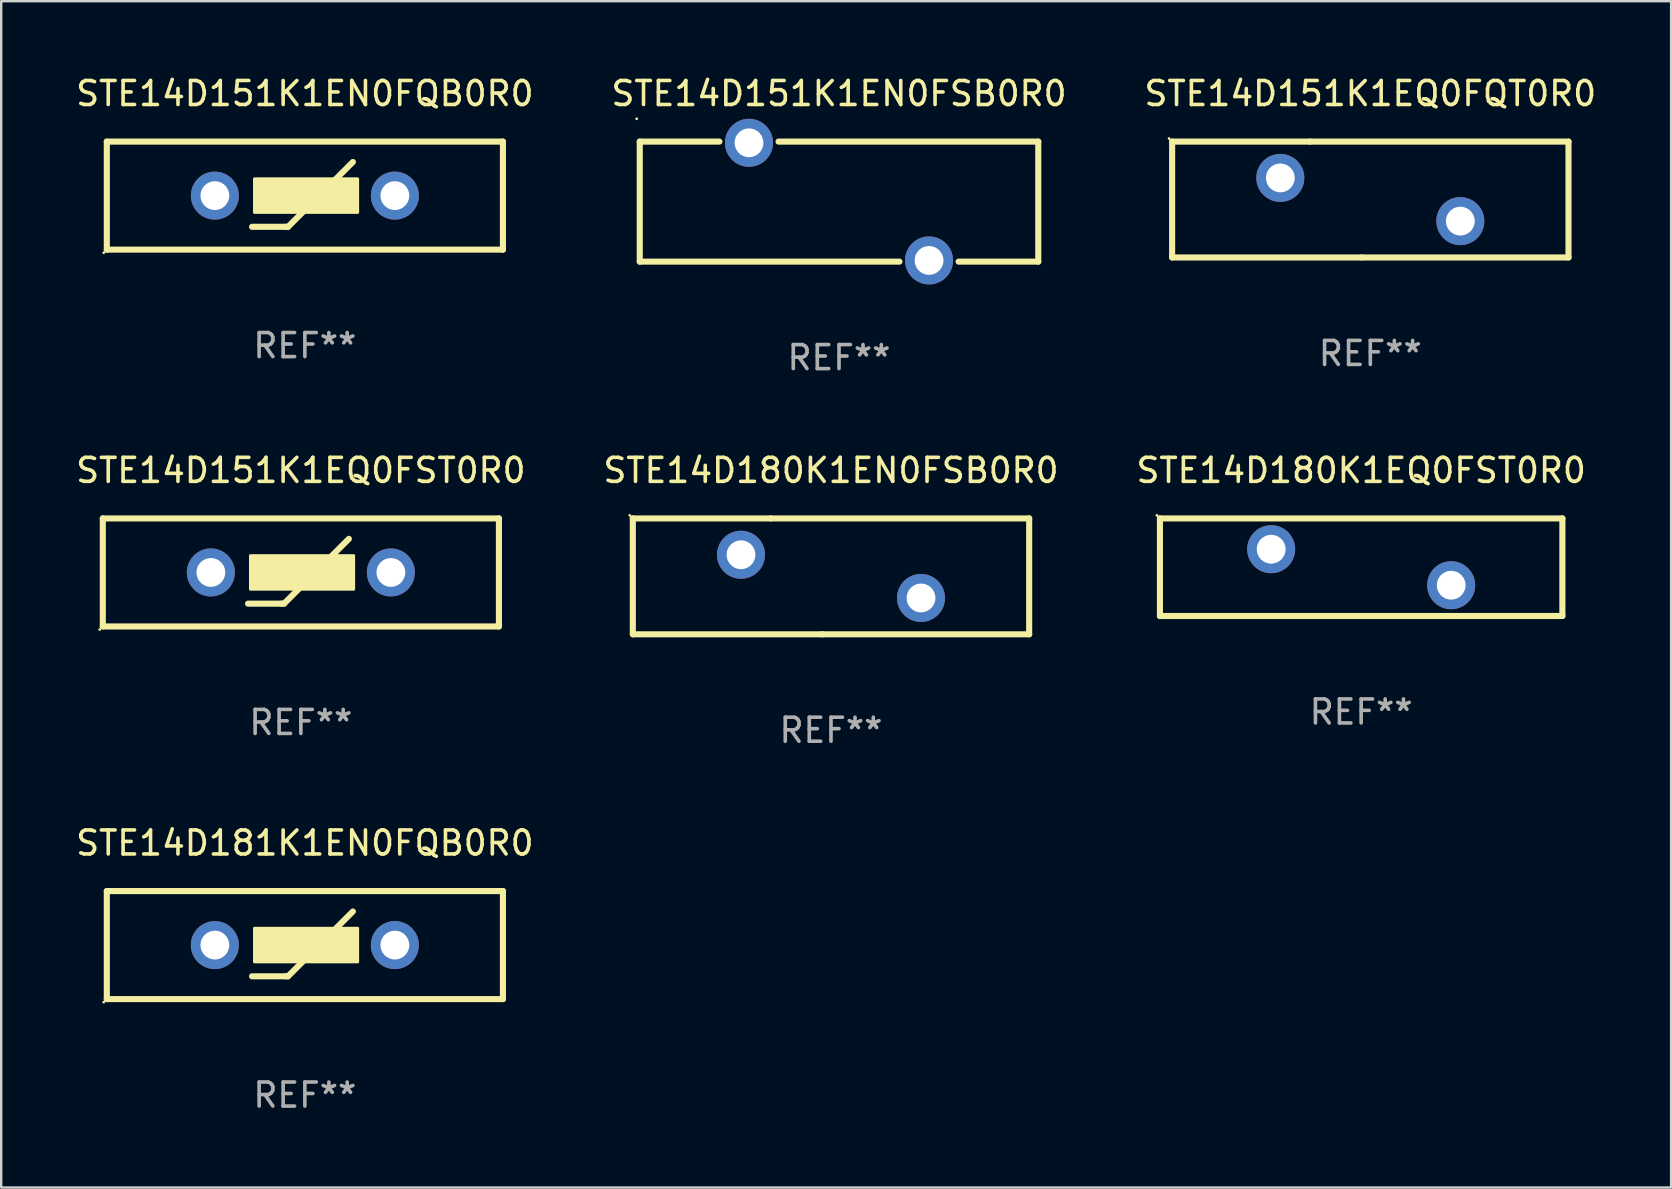
<source format=kicad_pcb>
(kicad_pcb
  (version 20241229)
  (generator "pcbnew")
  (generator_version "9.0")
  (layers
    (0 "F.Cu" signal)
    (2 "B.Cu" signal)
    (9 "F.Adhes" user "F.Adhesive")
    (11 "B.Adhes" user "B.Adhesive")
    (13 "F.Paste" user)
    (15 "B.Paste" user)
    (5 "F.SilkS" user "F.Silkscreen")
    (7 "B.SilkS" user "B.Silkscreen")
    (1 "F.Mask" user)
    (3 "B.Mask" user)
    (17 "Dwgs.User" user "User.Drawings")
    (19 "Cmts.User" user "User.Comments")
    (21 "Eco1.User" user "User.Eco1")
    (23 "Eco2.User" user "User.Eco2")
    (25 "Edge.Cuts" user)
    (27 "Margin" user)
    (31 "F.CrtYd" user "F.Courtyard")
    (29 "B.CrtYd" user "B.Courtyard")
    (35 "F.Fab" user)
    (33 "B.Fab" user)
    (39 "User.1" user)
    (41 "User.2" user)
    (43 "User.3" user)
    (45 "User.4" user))
  (footprint "STE14D181K1EN0FQB0R0"
    (layer "F.Cu")
    (at 9.649 36.317)
    (property "Reference" "STE14D181K1EN0FQB0R0" (at 0 -4.25 0) (layer "F.SilkS") (effects (font (size 1 1) (thickness 0.15))))
    (attr through_hole)
    (fp_line (start -8.25 -2.25) (end 8.25 -2.25) (stroke (width 0.254) (type solid)) (layer "F.SilkS"))
    (fp_line (start -8.25 2.25) (end -8.25 -2.25) (stroke (width 0.254) (type solid)) (layer "F.SilkS"))
    (fp_line (start -8.25 2.25) (end 8.25 2.25) (stroke (width 0.254) (type solid)) (layer "F.SilkS"))
    (fp_line (start -2.2 1.3) (end -0.8 1.3) (stroke (width 0.254) (type solid)) (layer "F.SilkS"))
    (fp_line (start -0.8 1.3) (end -0.7 1.3) (stroke (width 0.254) (type solid)) (layer "F.SilkS"))
    (fp_line (start -0.7 1.3) (end 2 -1.4) (stroke (width 0.254) (type solid)) (layer "F.SilkS"))
    (fp_line (start 8.25 -2.25) (end 8.25 2.25) (stroke (width 0.254) (type solid)) (layer "F.SilkS"))
    (fp_circle (center -8.377 2.377) (end -8.347 2.377) (stroke (width 0.06) (type solid)) (fill no) (layer "F.SilkS"))
    (fp_poly (pts (xy -2.1 -0.7) (xy 2.2 -0.7) (xy 2.2 0.7) (xy -2.1 0.7)) (stroke (width 0.12) (type solid)) (fill yes) (layer "F.SilkS"))
    (fp_text user "REF**" (at 0 6.25 0) (layer "F.Fab") (effects (font (size 1 1) (thickness 0.15))))
    (pad "1" thru_hole circle (at -3.749 0) (size 2 2) (drill 1.2) (layers "*.Cu" "*.Mask"))
    (pad "2" thru_hole circle (at 3.749 0) (size 2 2) (drill 1.2) (layers "*.Cu" "*.Mask")))
  (footprint "STE14D151K1EQ0FQT0R0"
    (layer "F.Cu")
    (at 54.03 5.261)
    (property "Reference" "STE14D151K1EQ0FQT0R0" (at 0 -4.413 0) (layer "F.SilkS") (effects (font (size 1 1) (thickness 0.15))))
    (attr through_hole)
    (fp_line (start -8.255 -2.413) (end -2.515 -2.413) (stroke (width 0.254) (type solid)) (layer "F.SilkS"))
    (fp_line (start -8.255 2.413) (end -8.255 -2.413) (stroke (width 0.254) (type solid)) (layer "F.SilkS"))
    (fp_line (start -2.515 -2.413) (end 8.255 -2.413) (stroke (width 0.254) (type solid)) (layer "F.SilkS"))
    (fp_line (start -0.356 2.413) (end -8.255 2.413) (stroke (width 0.254) (type solid)) (layer "F.SilkS"))
    (fp_line (start 8.255 -2.413) (end 8.255 2.413) (stroke (width 0.254) (type solid)) (layer "F.SilkS"))
    (fp_line (start 8.255 2.413) (end -0.356 2.413) (stroke (width 0.254) (type solid)) (layer "F.SilkS"))
    (fp_circle (center -8.382 -2.54) (end -8.352 -2.54) (stroke (width 0.06) (type solid)) (fill no) (layer "F.SilkS"))
    (fp_text user "REF**" (at 0 6.413 0) (layer "F.Fab") (effects (font (size 1 1) (thickness 0.15))))
    (pad "1" thru_hole circle (at -3.749 -0.9) (size 2 2) (drill 1.2) (layers "*.Cu" "*.Mask"))
    (pad "2" thru_hole circle (at 3.749 0.9) (size 2 2) (drill 1.2) (layers "*.Cu" "*.Mask")))
  (footprint "STE14D180K1EN0FSB0R0"
    (layer "F.Cu")
    (at 31.565 20.958)
    (property "Reference" "STE14D180K1EN0FSB0R0" (at 0 -4.413 0) (layer "F.SilkS") (effects (font (size 1 1) (thickness 0.15))))
    (attr through_hole)
    (fp_line (start -8.255 -2.413) (end -2.515 -2.413) (stroke (width 0.254) (type solid)) (layer "F.SilkS"))
    (fp_line (start -8.255 2.413) (end -8.255 -2.413) (stroke (width 0.254) (type solid)) (layer "F.SilkS"))
    (fp_line (start -2.515 -2.413) (end 8.255 -2.413) (stroke (width 0.254) (type solid)) (layer "F.SilkS"))
    (fp_line (start -0.356 2.413) (end -8.255 2.413) (stroke (width 0.254) (type solid)) (layer "F.SilkS"))
    (fp_line (start 8.255 -2.413) (end 8.255 2.413) (stroke (width 0.254) (type solid)) (layer "F.SilkS"))
    (fp_line (start 8.255 2.413) (end -0.356 2.413) (stroke (width 0.254) (type solid)) (layer "F.SilkS"))
    (fp_circle (center -8.382 -2.54) (end -8.352 -2.54) (stroke (width 0.06) (type solid)) (fill no) (layer "F.SilkS"))
    (fp_text user "REF**" (at 0 6.413 0) (layer "F.Fab") (effects (font (size 1 1) (thickness 0.15))))
    (pad "1" thru_hole circle (at -3.749 -0.9) (size 2 2) (drill 1.2) (layers "*.Cu" "*.Mask"))
    (pad "2" thru_hole circle (at 3.749 0.9) (size 2 2) (drill 1.2) (layers "*.Cu" "*.Mask")))
  (footprint "STE14D151K1EN0FQB0R0"
    (layer "F.Cu")
    (at 9.649 5.098)
    (property "Reference" "STE14D151K1EN0FQB0R0" (at 0 -4.25 0) (layer "F.SilkS") (effects (font (size 1 1) (thickness 0.15))))
    (attr through_hole)
    (fp_line (start -8.25 -2.25) (end 8.25 -2.25) (stroke (width 0.254) (type solid)) (layer "F.SilkS"))
    (fp_line (start -8.25 2.25) (end -8.25 -2.25) (stroke (width 0.254) (type solid)) (layer "F.SilkS"))
    (fp_line (start -8.25 2.25) (end 8.25 2.25) (stroke (width 0.254) (type solid)) (layer "F.SilkS"))
    (fp_line (start -2.2 1.3) (end -0.8 1.3) (stroke (width 0.254) (type solid)) (layer "F.SilkS"))
    (fp_line (start -0.8 1.3) (end -0.7 1.3) (stroke (width 0.254) (type solid)) (layer "F.SilkS"))
    (fp_line (start -0.7 1.3) (end 2 -1.4) (stroke (width 0.254) (type solid)) (layer "F.SilkS"))
    (fp_line (start 8.25 -2.25) (end 8.25 2.25) (stroke (width 0.254) (type solid)) (layer "F.SilkS"))
    (fp_circle (center -8.377 2.377) (end -8.347 2.377) (stroke (width 0.06) (type solid)) (fill no) (layer "F.SilkS"))
    (fp_poly (pts (xy -2.1 -0.7) (xy 2.2 -0.7) (xy 2.2 0.7) (xy -2.1 0.7)) (stroke (width 0.12) (type solid)) (fill yes) (layer "F.SilkS"))
    (fp_text user "REF**" (at 0 6.25 0) (layer "F.Fab") (effects (font (size 1 1) (thickness 0.15))))
    (pad "1" thru_hole circle (at -3.749 0) (size 2 2) (drill 1.2) (layers "*.Cu" "*.Mask"))
    (pad "2" thru_hole circle (at 3.749 0) (size 2 2) (drill 1.2) (layers "*.Cu" "*.Mask")))
  (footprint "STE14D180K1EQ0FST0R0"
    (layer "F.Cu")
    (at 53.649 20.577)
    (property "Reference" "STE14D180K1EQ0FST0R0" (at 0 -4.032 0) (layer "F.SilkS") (effects (font (size 1 1) (thickness 0.15))))
    (attr through_hole)
    (fp_line (start -8.382 -2.032) (end 8.382 -2.032) (stroke (width 0.254) (type solid)) (layer "F.SilkS"))
    (fp_line (start -8.382 2.032) (end -8.382 -2.032) (stroke (width 0.254) (type solid)) (layer "F.SilkS"))
    (fp_line (start 8.382 -2.032) (end 8.382 2.032) (stroke (width 0.254) (type solid)) (layer "F.SilkS"))
    (fp_line (start 8.382 2.032) (end -8.382 2.032) (stroke (width 0.254) (type solid)) (layer "F.SilkS"))
    (fp_circle (center -8.509 -2.159) (end -8.479 -2.159) (stroke (width 0.06) (type solid)) (fill no) (layer "F.SilkS"))
    (fp_text user "REF**" (at 0 6.032 0) (layer "F.Fab") (effects (font (size 1 1) (thickness 0.15))))
    (pad "1" thru_hole circle (at -3.749 -0.75) (size 2 2) (drill 1.2) (layers "*.Cu" "*.Mask"))
    (pad "2" thru_hole circle (at 3.749 0.75) (size 2 2) (drill 1.2) (layers "*.Cu" "*.Mask")))
  (footprint "STE14D151K1EN0FSB0R0"
    (layer "F.Cu")
    (at 31.899 5.348)
    (property "Reference" "STE14D151K1EN0FSB0R0" (at 0 -4.5 0) (layer "F.SilkS") (effects (font (size 1 1) (thickness 0.15))))
    (attr through_hole)
    (fp_line (start -8.3 -2.5) (end -8.3 2.5) (stroke (width 0.254) (type solid)) (layer "F.SilkS"))
    (fp_line (start -8.3 -2.5) (end -4.981 -2.5) (stroke (width 0.254) (type solid)) (layer "F.SilkS"))
    (fp_line (start -8.3 2.5) (end 2.519 2.5) (stroke (width 0.254) (type solid)) (layer "F.SilkS"))
    (fp_line (start -2.519 -2.5) (end 8.3 -2.5) (stroke (width 0.254) (type solid)) (layer "F.SilkS"))
    (fp_line (start 4.981 2.5) (end 8.3 2.5) (stroke (width 0.254) (type solid)) (layer "F.SilkS"))
    (fp_line (start 8.3 -2.5) (end 8.3 2.5) (stroke (width 0.254) (type solid)) (layer "F.SilkS"))
    (fp_circle (center -8.427 -3.45) (end -8.397 -3.45) (stroke (width 0.06) (type solid)) (fill no) (layer "F.SilkS"))
    (fp_text user "REF**" (at 0 6.5 0) (layer "F.Fab") (effects (font (size 1 1) (thickness 0.15))))
    (pad "1" thru_hole circle (at -3.75 -2.45) (size 2 2) (drill 1.2) (layers "*.Cu" "*.Mask"))
    (pad "2" thru_hole circle (at 3.75 2.45) (size 2 2) (drill 1.2) (layers "*.Cu" "*.Mask")))
  (footprint "STE14D151K1EQ0FST0R0"
    (layer "F.Cu")
    (at 9.482 20.795)
    (property "Reference" "STE14D151K1EQ0FST0R0" (at 0 -4.25 0) (layer "F.SilkS") (effects (font (size 1 1) (thickness 0.15))))
    (attr through_hole)
    (fp_line (start -8.25 -2.25) (end 8.25 -2.25) (stroke (width 0.254) (type solid)) (layer "F.SilkS"))
    (fp_line (start -8.25 2.25) (end -8.25 -2.25) (stroke (width 0.254) (type solid)) (layer "F.SilkS"))
    (fp_line (start -8.25 2.25) (end 8.25 2.25) (stroke (width 0.254) (type solid)) (layer "F.SilkS"))
    (fp_line (start -2.2 1.3) (end -0.8 1.3) (stroke (width 0.254) (type solid)) (layer "F.SilkS"))
    (fp_line (start -0.8 1.3) (end -0.7 1.3) (stroke (width 0.254) (type solid)) (layer "F.SilkS"))
    (fp_line (start -0.7 1.3) (end 2 -1.4) (stroke (width 0.254) (type solid)) (layer "F.SilkS"))
    (fp_line (start 8.25 -2.25) (end 8.25 2.25) (stroke (width 0.254) (type solid)) (layer "F.SilkS"))
    (fp_circle (center -8.377 2.377) (end -8.347 2.377) (stroke (width 0.06) (type solid)) (fill no) (layer "F.SilkS"))
    (fp_poly (pts (xy -2.1 -0.7) (xy 2.2 -0.7) (xy 2.2 0.7) (xy -2.1 0.7)) (stroke (width 0.12) (type solid)) (fill yes) (layer "F.SilkS"))
    (fp_text user "REF**" (at 0 6.25 0) (layer "F.Fab") (effects (font (size 1 1) (thickness 0.15))))
    (pad "1" thru_hole circle (at -3.749 0) (size 2 2) (drill 1.2) (layers "*.Cu" "*.Mask"))
    (pad "2" thru_hole circle (at 3.749 0) (size 2 2) (drill 1.2) (layers "*.Cu" "*.Mask")))
  (gr_rect
    (start -3 -3)
    (end 66.56 46.416)
    (stroke (width 0.1) (type default))
    (fill no)
    (layer "Edge.Cuts")))
</source>
